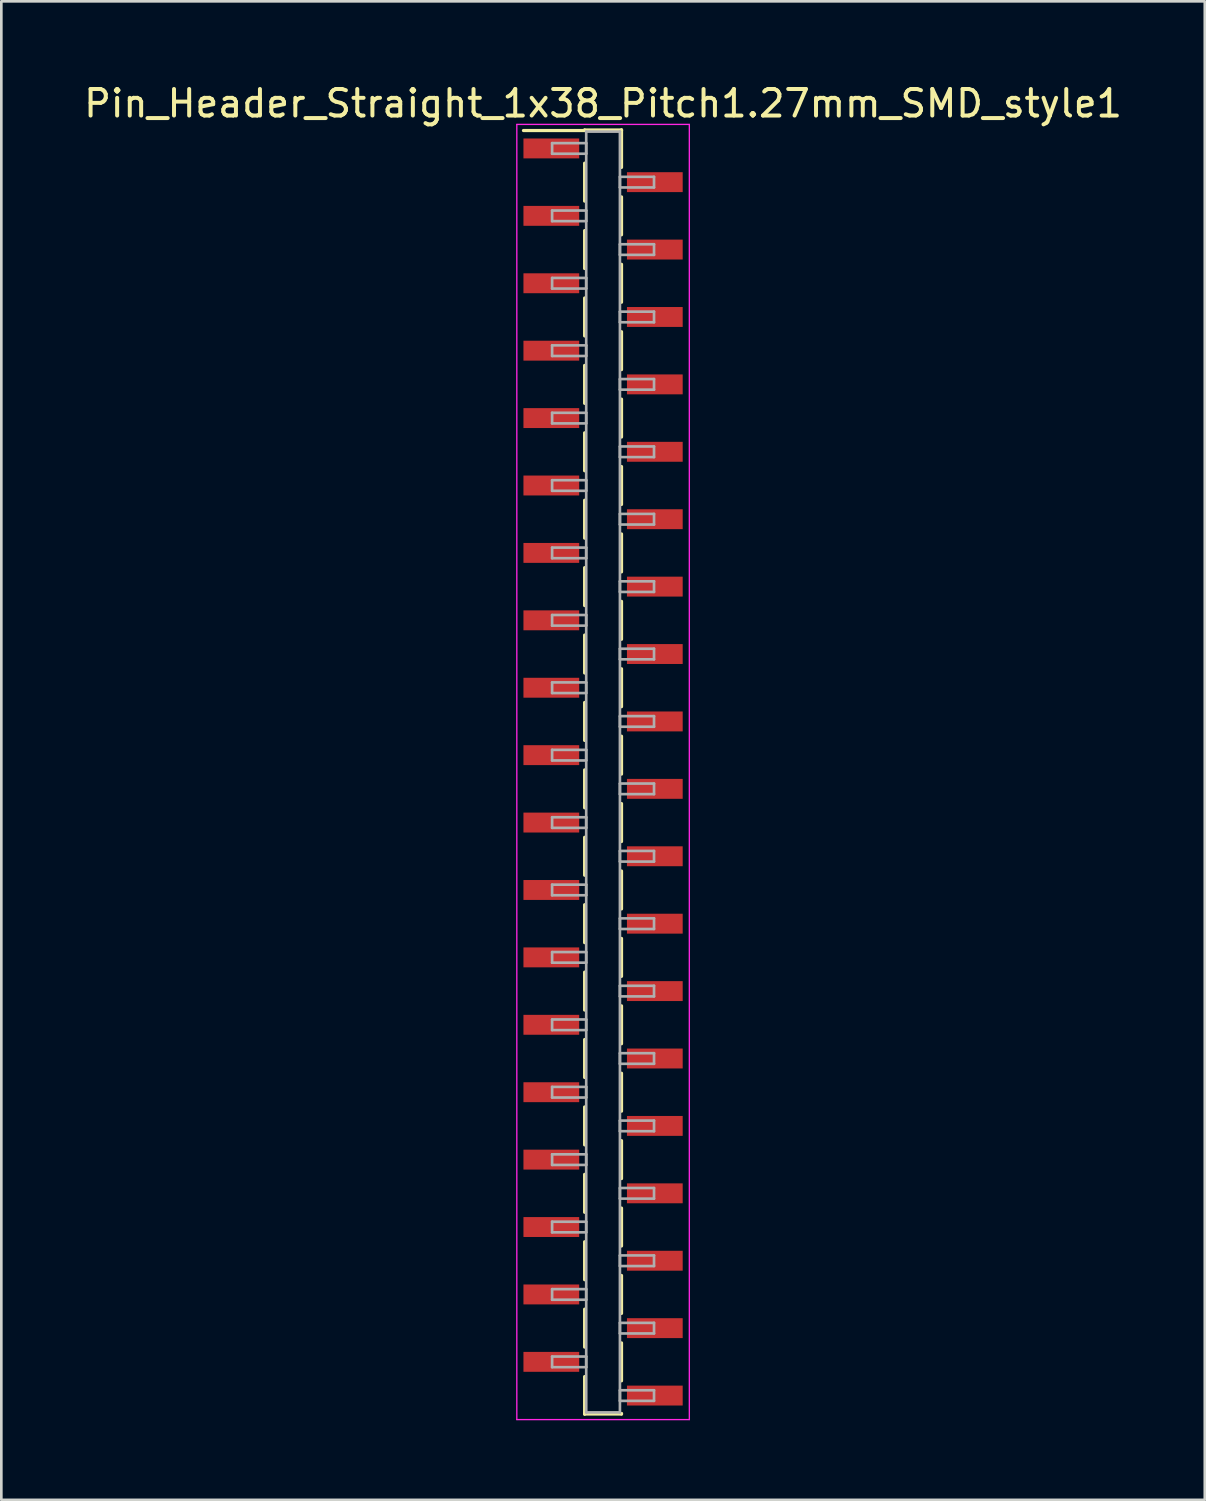
<source format=kicad_pcb>
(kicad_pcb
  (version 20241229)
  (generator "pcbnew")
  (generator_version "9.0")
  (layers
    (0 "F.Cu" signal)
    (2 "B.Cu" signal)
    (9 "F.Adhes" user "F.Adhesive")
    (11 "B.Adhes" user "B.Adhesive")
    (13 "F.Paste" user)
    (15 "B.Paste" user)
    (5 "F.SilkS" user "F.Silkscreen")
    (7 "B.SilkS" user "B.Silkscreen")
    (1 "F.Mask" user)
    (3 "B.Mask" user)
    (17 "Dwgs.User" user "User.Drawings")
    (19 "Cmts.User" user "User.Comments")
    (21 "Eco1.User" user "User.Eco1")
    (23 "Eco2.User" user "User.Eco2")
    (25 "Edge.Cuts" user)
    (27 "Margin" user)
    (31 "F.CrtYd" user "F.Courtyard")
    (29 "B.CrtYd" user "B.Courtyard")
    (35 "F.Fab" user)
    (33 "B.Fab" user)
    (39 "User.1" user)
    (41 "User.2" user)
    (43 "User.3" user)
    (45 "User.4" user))
  (footprint "Pin_Header_Straight_1x38_Pitch1.27mm_SMD_style1"
    (layer "F.Cu")
    (at 19.673 26.038)
    (property "Reference" "Pin_Header_Straight_1x38_Pitch1.27mm_SMD_style1" (at 0 -25.19 0) (layer "F.SilkS") (effects (font (size 1 1) (thickness 0.15))))
    (attr smd)
    (fp_line (start -0.695 -24.19) (end 0.695 -24.19) (stroke (width 0.12) (type solid)) (layer "F.SilkS"))
    (fp_line (start -0.695 -24.17) (end -3 -24.17) (stroke (width 0.12) (type solid)) (layer "F.SilkS"))
    (fp_line (start -0.695 -24.17) (end -0.695 -24.19) (stroke (width 0.12) (type solid)) (layer "F.SilkS"))
    (fp_line (start -0.695 -22.94) (end -0.695 -21.51) (stroke (width 0.12) (type solid)) (layer "F.SilkS"))
    (fp_line (start -0.695 -20.4) (end -0.695 -18.97) (stroke (width 0.12) (type solid)) (layer "F.SilkS"))
    (fp_line (start -0.695 -17.86) (end -0.695 -16.43) (stroke (width 0.12) (type solid)) (layer "F.SilkS"))
    (fp_line (start -0.695 -15.32) (end -0.695 -13.89) (stroke (width 0.12) (type solid)) (layer "F.SilkS"))
    (fp_line (start -0.695 -12.78) (end -0.695 -11.35) (stroke (width 0.12) (type solid)) (layer "F.SilkS"))
    (fp_line (start -0.695 -10.24) (end -0.695 -8.81) (stroke (width 0.12) (type solid)) (layer "F.SilkS"))
    (fp_line (start -0.695 -7.7) (end -0.695 -6.27) (stroke (width 0.12) (type solid)) (layer "F.SilkS"))
    (fp_line (start -0.695 -5.16) (end -0.695 -3.73) (stroke (width 0.12) (type solid)) (layer "F.SilkS"))
    (fp_line (start -0.695 -2.62) (end -0.695 -1.19) (stroke (width 0.12) (type solid)) (layer "F.SilkS"))
    (fp_line (start -0.695 -0.08) (end -0.695 1.35) (stroke (width 0.12) (type solid)) (layer "F.SilkS"))
    (fp_line (start -0.695 2.46) (end -0.695 3.89) (stroke (width 0.12) (type solid)) (layer "F.SilkS"))
    (fp_line (start -0.695 5) (end -0.695 6.43) (stroke (width 0.12) (type solid)) (layer "F.SilkS"))
    (fp_line (start -0.695 7.54) (end -0.695 8.97) (stroke (width 0.12) (type solid)) (layer "F.SilkS"))
    (fp_line (start -0.695 10.08) (end -0.695 11.51) (stroke (width 0.12) (type solid)) (layer "F.SilkS"))
    (fp_line (start -0.695 12.62) (end -0.695 14.05) (stroke (width 0.12) (type solid)) (layer "F.SilkS"))
    (fp_line (start -0.695 15.16) (end -0.695 16.59) (stroke (width 0.12) (type solid)) (layer "F.SilkS"))
    (fp_line (start -0.695 17.7) (end -0.695 19.13) (stroke (width 0.12) (type solid)) (layer "F.SilkS"))
    (fp_line (start -0.695 20.24) (end -0.695 21.67) (stroke (width 0.12) (type solid)) (layer "F.SilkS"))
    (fp_line (start -0.695 22.78) (end -0.695 24.19) (stroke (width 0.12) (type solid)) (layer "F.SilkS"))
    (fp_line (start -0.695 24.17) (end -0.695 24.19) (stroke (width 0.12) (type solid)) (layer "F.SilkS"))
    (fp_line (start -0.695 24.19) (end 0.695 24.19) (stroke (width 0.12) (type solid)) (layer "F.SilkS"))
    (fp_line (start 0.695 -24.19) (end 0.695 -24.17) (stroke (width 0.12) (type solid)) (layer "F.SilkS"))
    (fp_line (start 0.695 -24.19) (end 0.695 -22.78) (stroke (width 0.12) (type solid)) (layer "F.SilkS"))
    (fp_line (start 0.695 -21.67) (end 0.695 -20.24) (stroke (width 0.12) (type solid)) (layer "F.SilkS"))
    (fp_line (start 0.695 -19.13) (end 0.695 -17.7) (stroke (width 0.12) (type solid)) (layer "F.SilkS"))
    (fp_line (start 0.695 -16.59) (end 0.695 -15.16) (stroke (width 0.12) (type solid)) (layer "F.SilkS"))
    (fp_line (start 0.695 -14.05) (end 0.695 -12.62) (stroke (width 0.12) (type solid)) (layer "F.SilkS"))
    (fp_line (start 0.695 -11.51) (end 0.695 -10.08) (stroke (width 0.12) (type solid)) (layer "F.SilkS"))
    (fp_line (start 0.695 -8.97) (end 0.695 -7.54) (stroke (width 0.12) (type solid)) (layer "F.SilkS"))
    (fp_line (start 0.695 -6.43) (end 0.695 -5) (stroke (width 0.12) (type solid)) (layer "F.SilkS"))
    (fp_line (start 0.695 -3.89) (end 0.695 -2.46) (stroke (width 0.12) (type solid)) (layer "F.SilkS"))
    (fp_line (start 0.695 -1.35) (end 0.695 0.08) (stroke (width 0.12) (type solid)) (layer "F.SilkS"))
    (fp_line (start 0.695 1.19) (end 0.695 2.62) (stroke (width 0.12) (type solid)) (layer "F.SilkS"))
    (fp_line (start 0.695 3.73) (end 0.695 5.16) (stroke (width 0.12) (type solid)) (layer "F.SilkS"))
    (fp_line (start 0.695 6.27) (end 0.695 7.7) (stroke (width 0.12) (type solid)) (layer "F.SilkS"))
    (fp_line (start 0.695 8.81) (end 0.695 10.24) (stroke (width 0.12) (type solid)) (layer "F.SilkS"))
    (fp_line (start 0.695 11.35) (end 0.695 12.78) (stroke (width 0.12) (type solid)) (layer "F.SilkS"))
    (fp_line (start 0.695 13.89) (end 0.695 15.32) (stroke (width 0.12) (type solid)) (layer "F.SilkS"))
    (fp_line (start 0.695 16.43) (end 0.695 17.86) (stroke (width 0.12) (type solid)) (layer "F.SilkS"))
    (fp_line (start 0.695 18.97) (end 0.695 20.4) (stroke (width 0.12) (type solid)) (layer "F.SilkS"))
    (fp_line (start 0.695 21.51) (end 0.695 22.94) (stroke (width 0.12) (type solid)) (layer "F.SilkS"))
    (fp_line (start 0.695 24.19) (end 0.695 24.17) (stroke (width 0.12) (type solid)) (layer "F.SilkS"))
    (fp_line (start -3.25 -24.4) (end -3.25 24.4) (stroke (width 0.05) (type solid)) (layer "F.CrtYd"))
    (fp_line (start -3.25 24.4) (end 3.25 24.4) (stroke (width 0.05) (type solid)) (layer "F.CrtYd"))
    (fp_line (start 3.25 -24.4) (end -3.25 -24.4) (stroke (width 0.05) (type solid)) (layer "F.CrtYd"))
    (fp_line (start 3.25 24.4) (end 3.25 -24.4) (stroke (width 0.05) (type solid)) (layer "F.CrtYd"))
    (fp_line (start -1.92 -23.695) (end -0.635 -23.695) (stroke (width 0.1) (type solid)) (layer "F.Fab"))
    (fp_line (start -1.92 -23.295) (end -1.92 -23.695) (stroke (width 0.1) (type solid)) (layer "F.Fab"))
    (fp_line (start -1.92 -21.155) (end -0.635 -21.155) (stroke (width 0.1) (type solid)) (layer "F.Fab"))
    (fp_line (start -1.92 -20.755) (end -1.92 -21.155) (stroke (width 0.1) (type solid)) (layer "F.Fab"))
    (fp_line (start -1.92 -18.615) (end -0.635 -18.615) (stroke (width 0.1) (type solid)) (layer "F.Fab"))
    (fp_line (start -1.92 -18.215) (end -1.92 -18.615) (stroke (width 0.1) (type solid)) (layer "F.Fab"))
    (fp_line (start -1.92 -16.075) (end -0.635 -16.075) (stroke (width 0.1) (type solid)) (layer "F.Fab"))
    (fp_line (start -1.92 -15.675) (end -1.92 -16.075) (stroke (width 0.1) (type solid)) (layer "F.Fab"))
    (fp_line (start -1.92 -13.535) (end -0.635 -13.535) (stroke (width 0.1) (type solid)) (layer "F.Fab"))
    (fp_line (start -1.92 -13.135) (end -1.92 -13.535) (stroke (width 0.1) (type solid)) (layer "F.Fab"))
    (fp_line (start -1.92 -10.995) (end -0.635 -10.995) (stroke (width 0.1) (type solid)) (layer "F.Fab"))
    (fp_line (start -1.92 -10.595) (end -1.92 -10.995) (stroke (width 0.1) (type solid)) (layer "F.Fab"))
    (fp_line (start -1.92 -8.455) (end -0.635 -8.455) (stroke (width 0.1) (type solid)) (layer "F.Fab"))
    (fp_line (start -1.92 -8.055) (end -1.92 -8.455) (stroke (width 0.1) (type solid)) (layer "F.Fab"))
    (fp_line (start -1.92 -5.915) (end -0.635 -5.915) (stroke (width 0.1) (type solid)) (layer "F.Fab"))
    (fp_line (start -1.92 -5.515) (end -1.92 -5.915) (stroke (width 0.1) (type solid)) (layer "F.Fab"))
    (fp_line (start -1.92 -3.375) (end -0.635 -3.375) (stroke (width 0.1) (type solid)) (layer "F.Fab"))
    (fp_line (start -1.92 -2.975) (end -1.92 -3.375) (stroke (width 0.1) (type solid)) (layer "F.Fab"))
    (fp_line (start -1.92 -0.835) (end -0.635 -0.835) (stroke (width 0.1) (type solid)) (layer "F.Fab"))
    (fp_line (start -1.92 -0.435) (end -1.92 -0.835) (stroke (width 0.1) (type solid)) (layer "F.Fab"))
    (fp_line (start -1.92 1.705) (end -0.635 1.705) (stroke (width 0.1) (type solid)) (layer "F.Fab"))
    (fp_line (start -1.92 2.105) (end -1.92 1.705) (stroke (width 0.1) (type solid)) (layer "F.Fab"))
    (fp_line (start -1.92 4.245) (end -0.635 4.245) (stroke (width 0.1) (type solid)) (layer "F.Fab"))
    (fp_line (start -1.92 4.645) (end -1.92 4.245) (stroke (width 0.1) (type solid)) (layer "F.Fab"))
    (fp_line (start -1.92 6.785) (end -0.635 6.785) (stroke (width 0.1) (type solid)) (layer "F.Fab"))
    (fp_line (start -1.92 7.185) (end -1.92 6.785) (stroke (width 0.1) (type solid)) (layer "F.Fab"))
    (fp_line (start -1.92 9.325) (end -0.635 9.325) (stroke (width 0.1) (type solid)) (layer "F.Fab"))
    (fp_line (start -1.92 9.725) (end -1.92 9.325) (stroke (width 0.1) (type solid)) (layer "F.Fab"))
    (fp_line (start -1.92 11.865) (end -0.635 11.865) (stroke (width 0.1) (type solid)) (layer "F.Fab"))
    (fp_line (start -1.92 12.265) (end -1.92 11.865) (stroke (width 0.1) (type solid)) (layer "F.Fab"))
    (fp_line (start -1.92 14.405) (end -0.635 14.405) (stroke (width 0.1) (type solid)) (layer "F.Fab"))
    (fp_line (start -1.92 14.805) (end -1.92 14.405) (stroke (width 0.1) (type solid)) (layer "F.Fab"))
    (fp_line (start -1.92 16.945) (end -0.635 16.945) (stroke (width 0.1) (type solid)) (layer "F.Fab"))
    (fp_line (start -1.92 17.345) (end -1.92 16.945) (stroke (width 0.1) (type solid)) (layer "F.Fab"))
    (fp_line (start -1.92 19.485) (end -0.635 19.485) (stroke (width 0.1) (type solid)) (layer "F.Fab"))
    (fp_line (start -1.92 19.885) (end -1.92 19.485) (stroke (width 0.1) (type solid)) (layer "F.Fab"))
    (fp_line (start -1.92 22.025) (end -0.635 22.025) (stroke (width 0.1) (type solid)) (layer "F.Fab"))
    (fp_line (start -1.92 22.425) (end -1.92 22.025) (stroke (width 0.1) (type solid)) (layer "F.Fab"))
    (fp_line (start -0.635 -24.13) (end -0.635 24.13) (stroke (width 0.1) (type solid)) (layer "F.Fab"))
    (fp_line (start -0.635 -23.695) (end -0.635 -23.295) (stroke (width 0.1) (type solid)) (layer "F.Fab"))
    (fp_line (start -0.635 -23.295) (end -1.92 -23.295) (stroke (width 0.1) (type solid)) (layer "F.Fab"))
    (fp_line (start -0.635 -21.155) (end -0.635 -20.755) (stroke (width 0.1) (type solid)) (layer "F.Fab"))
    (fp_line (start -0.635 -20.755) (end -1.92 -20.755) (stroke (width 0.1) (type solid)) (layer "F.Fab"))
    (fp_line (start -0.635 -18.615) (end -0.635 -18.215) (stroke (width 0.1) (type solid)) (layer "F.Fab"))
    (fp_line (start -0.635 -18.215) (end -1.92 -18.215) (stroke (width 0.1) (type solid)) (layer "F.Fab"))
    (fp_line (start -0.635 -16.075) (end -0.635 -15.675) (stroke (width 0.1) (type solid)) (layer "F.Fab"))
    (fp_line (start -0.635 -15.675) (end -1.92 -15.675) (stroke (width 0.1) (type solid)) (layer "F.Fab"))
    (fp_line (start -0.635 -13.535) (end -0.635 -13.135) (stroke (width 0.1) (type solid)) (layer "F.Fab"))
    (fp_line (start -0.635 -13.135) (end -1.92 -13.135) (stroke (width 0.1) (type solid)) (layer "F.Fab"))
    (fp_line (start -0.635 -10.995) (end -0.635 -10.595) (stroke (width 0.1) (type solid)) (layer "F.Fab"))
    (fp_line (start -0.635 -10.595) (end -1.92 -10.595) (stroke (width 0.1) (type solid)) (layer "F.Fab"))
    (fp_line (start -0.635 -8.455) (end -0.635 -8.055) (stroke (width 0.1) (type solid)) (layer "F.Fab"))
    (fp_line (start -0.635 -8.055) (end -1.92 -8.055) (stroke (width 0.1) (type solid)) (layer "F.Fab"))
    (fp_line (start -0.635 -5.915) (end -0.635 -5.515) (stroke (width 0.1) (type solid)) (layer "F.Fab"))
    (fp_line (start -0.635 -5.515) (end -1.92 -5.515) (stroke (width 0.1) (type solid)) (layer "F.Fab"))
    (fp_line (start -0.635 -3.375) (end -0.635 -2.975) (stroke (width 0.1) (type solid)) (layer "F.Fab"))
    (fp_line (start -0.635 -2.975) (end -1.92 -2.975) (stroke (width 0.1) (type solid)) (layer "F.Fab"))
    (fp_line (start -0.635 -0.835) (end -0.635 -0.435) (stroke (width 0.1) (type solid)) (layer "F.Fab"))
    (fp_line (start -0.635 -0.435) (end -1.92 -0.435) (stroke (width 0.1) (type solid)) (layer "F.Fab"))
    (fp_line (start -0.635 1.705) (end -0.635 2.105) (stroke (width 0.1) (type solid)) (layer "F.Fab"))
    (fp_line (start -0.635 2.105) (end -1.92 2.105) (stroke (width 0.1) (type solid)) (layer "F.Fab"))
    (fp_line (start -0.635 4.245) (end -0.635 4.645) (stroke (width 0.1) (type solid)) (layer "F.Fab"))
    (fp_line (start -0.635 4.645) (end -1.92 4.645) (stroke (width 0.1) (type solid)) (layer "F.Fab"))
    (fp_line (start -0.635 6.785) (end -0.635 7.185) (stroke (width 0.1) (type solid)) (layer "F.Fab"))
    (fp_line (start -0.635 7.185) (end -1.92 7.185) (stroke (width 0.1) (type solid)) (layer "F.Fab"))
    (fp_line (start -0.635 9.325) (end -0.635 9.725) (stroke (width 0.1) (type solid)) (layer "F.Fab"))
    (fp_line (start -0.635 9.725) (end -1.92 9.725) (stroke (width 0.1) (type solid)) (layer "F.Fab"))
    (fp_line (start -0.635 11.865) (end -0.635 12.265) (stroke (width 0.1) (type solid)) (layer "F.Fab"))
    (fp_line (start -0.635 12.265) (end -1.92 12.265) (stroke (width 0.1) (type solid)) (layer "F.Fab"))
    (fp_line (start -0.635 14.405) (end -0.635 14.805) (stroke (width 0.1) (type solid)) (layer "F.Fab"))
    (fp_line (start -0.635 14.805) (end -1.92 14.805) (stroke (width 0.1) (type solid)) (layer "F.Fab"))
    (fp_line (start -0.635 16.945) (end -0.635 17.345) (stroke (width 0.1) (type solid)) (layer "F.Fab"))
    (fp_line (start -0.635 17.345) (end -1.92 17.345) (stroke (width 0.1) (type solid)) (layer "F.Fab"))
    (fp_line (start -0.635 19.485) (end -0.635 19.885) (stroke (width 0.1) (type solid)) (layer "F.Fab"))
    (fp_line (start -0.635 19.885) (end -1.92 19.885) (stroke (width 0.1) (type solid)) (layer "F.Fab"))
    (fp_line (start -0.635 22.025) (end -0.635 22.425) (stroke (width 0.1) (type solid)) (layer "F.Fab"))
    (fp_line (start -0.635 22.425) (end -1.92 22.425) (stroke (width 0.1) (type solid)) (layer "F.Fab"))
    (fp_line (start -0.635 24.13) (end 0.635 24.13) (stroke (width 0.1) (type solid)) (layer "F.Fab"))
    (fp_line (start 0.635 -24.13) (end -0.635 -24.13) (stroke (width 0.1) (type solid)) (layer "F.Fab"))
    (fp_line (start 0.635 -22.425) (end 0.635 -22.025) (stroke (width 0.1) (type solid)) (layer "F.Fab"))
    (fp_line (start 0.635 -22.025) (end 1.92 -22.025) (stroke (width 0.1) (type solid)) (layer "F.Fab"))
    (fp_line (start 0.635 -19.885) (end 0.635 -19.485) (stroke (width 0.1) (type solid)) (layer "F.Fab"))
    (fp_line (start 0.635 -19.485) (end 1.92 -19.485) (stroke (width 0.1) (type solid)) (layer "F.Fab"))
    (fp_line (start 0.635 -17.345) (end 0.635 -16.945) (stroke (width 0.1) (type solid)) (layer "F.Fab"))
    (fp_line (start 0.635 -16.945) (end 1.92 -16.945) (stroke (width 0.1) (type solid)) (layer "F.Fab"))
    (fp_line (start 0.635 -14.805) (end 0.635 -14.405) (stroke (width 0.1) (type solid)) (layer "F.Fab"))
    (fp_line (start 0.635 -14.405) (end 1.92 -14.405) (stroke (width 0.1) (type solid)) (layer "F.Fab"))
    (fp_line (start 0.635 -12.265) (end 0.635 -11.865) (stroke (width 0.1) (type solid)) (layer "F.Fab"))
    (fp_line (start 0.635 -11.865) (end 1.92 -11.865) (stroke (width 0.1) (type solid)) (layer "F.Fab"))
    (fp_line (start 0.635 -9.725) (end 0.635 -9.325) (stroke (width 0.1) (type solid)) (layer "F.Fab"))
    (fp_line (start 0.635 -9.325) (end 1.92 -9.325) (stroke (width 0.1) (type solid)) (layer "F.Fab"))
    (fp_line (start 0.635 -7.185) (end 0.635 -6.785) (stroke (width 0.1) (type solid)) (layer "F.Fab"))
    (fp_line (start 0.635 -6.785) (end 1.92 -6.785) (stroke (width 0.1) (type solid)) (layer "F.Fab"))
    (fp_line (start 0.635 -4.645) (end 0.635 -4.245) (stroke (width 0.1) (type solid)) (layer "F.Fab"))
    (fp_line (start 0.635 -4.245) (end 1.92 -4.245) (stroke (width 0.1) (type solid)) (layer "F.Fab"))
    (fp_line (start 0.635 -2.105) (end 0.635 -1.705) (stroke (width 0.1) (type solid)) (layer "F.Fab"))
    (fp_line (start 0.635 -1.705) (end 1.92 -1.705) (stroke (width 0.1) (type solid)) (layer "F.Fab"))
    (fp_line (start 0.635 0.435) (end 0.635 0.835) (stroke (width 0.1) (type solid)) (layer "F.Fab"))
    (fp_line (start 0.635 0.835) (end 1.92 0.835) (stroke (width 0.1) (type solid)) (layer "F.Fab"))
    (fp_line (start 0.635 2.975) (end 0.635 3.375) (stroke (width 0.1) (type solid)) (layer "F.Fab"))
    (fp_line (start 0.635 3.375) (end 1.92 3.375) (stroke (width 0.1) (type solid)) (layer "F.Fab"))
    (fp_line (start 0.635 5.515) (end 0.635 5.915) (stroke (width 0.1) (type solid)) (layer "F.Fab"))
    (fp_line (start 0.635 5.915) (end 1.92 5.915) (stroke (width 0.1) (type solid)) (layer "F.Fab"))
    (fp_line (start 0.635 8.055) (end 0.635 8.455) (stroke (width 0.1) (type solid)) (layer "F.Fab"))
    (fp_line (start 0.635 8.455) (end 1.92 8.455) (stroke (width 0.1) (type solid)) (layer "F.Fab"))
    (fp_line (start 0.635 10.595) (end 0.635 10.995) (stroke (width 0.1) (type solid)) (layer "F.Fab"))
    (fp_line (start 0.635 10.995) (end 1.92 10.995) (stroke (width 0.1) (type solid)) (layer "F.Fab"))
    (fp_line (start 0.635 13.135) (end 0.635 13.535) (stroke (width 0.1) (type solid)) (layer "F.Fab"))
    (fp_line (start 0.635 13.535) (end 1.92 13.535) (stroke (width 0.1) (type solid)) (layer "F.Fab"))
    (fp_line (start 0.635 15.675) (end 0.635 16.075) (stroke (width 0.1) (type solid)) (layer "F.Fab"))
    (fp_line (start 0.635 16.075) (end 1.92 16.075) (stroke (width 0.1) (type solid)) (layer "F.Fab"))
    (fp_line (start 0.635 18.215) (end 0.635 18.615) (stroke (width 0.1) (type solid)) (layer "F.Fab"))
    (fp_line (start 0.635 18.615) (end 1.92 18.615) (stroke (width 0.1) (type solid)) (layer "F.Fab"))
    (fp_line (start 0.635 20.755) (end 0.635 21.155) (stroke (width 0.1) (type solid)) (layer "F.Fab"))
    (fp_line (start 0.635 21.155) (end 1.92 21.155) (stroke (width 0.1) (type solid)) (layer "F.Fab"))
    (fp_line (start 0.635 23.295) (end 0.635 23.695) (stroke (width 0.1) (type solid)) (layer "F.Fab"))
    (fp_line (start 0.635 23.695) (end 1.92 23.695) (stroke (width 0.1) (type solid)) (layer "F.Fab"))
    (fp_line (start 0.635 24.13) (end 0.635 -24.13) (stroke (width 0.1) (type solid)) (layer "F.Fab"))
    (fp_line (start 1.92 -22.425) (end 0.635 -22.425) (stroke (width 0.1) (type solid)) (layer "F.Fab"))
    (fp_line (start 1.92 -22.025) (end 1.92 -22.425) (stroke (width 0.1) (type solid)) (layer "F.Fab"))
    (fp_line (start 1.92 -19.885) (end 0.635 -19.885) (stroke (width 0.1) (type solid)) (layer "F.Fab"))
    (fp_line (start 1.92 -19.485) (end 1.92 -19.885) (stroke (width 0.1) (type solid)) (layer "F.Fab"))
    (fp_line (start 1.92 -17.345) (end 0.635 -17.345) (stroke (width 0.1) (type solid)) (layer "F.Fab"))
    (fp_line (start 1.92 -16.945) (end 1.92 -17.345) (stroke (width 0.1) (type solid)) (layer "F.Fab"))
    (fp_line (start 1.92 -14.805) (end 0.635 -14.805) (stroke (width 0.1) (type solid)) (layer "F.Fab"))
    (fp_line (start 1.92 -14.405) (end 1.92 -14.805) (stroke (width 0.1) (type solid)) (layer "F.Fab"))
    (fp_line (start 1.92 -12.265) (end 0.635 -12.265) (stroke (width 0.1) (type solid)) (layer "F.Fab"))
    (fp_line (start 1.92 -11.865) (end 1.92 -12.265) (stroke (width 0.1) (type solid)) (layer "F.Fab"))
    (fp_line (start 1.92 -9.725) (end 0.635 -9.725) (stroke (width 0.1) (type solid)) (layer "F.Fab"))
    (fp_line (start 1.92 -9.325) (end 1.92 -9.725) (stroke (width 0.1) (type solid)) (layer "F.Fab"))
    (fp_line (start 1.92 -7.185) (end 0.635 -7.185) (stroke (width 0.1) (type solid)) (layer "F.Fab"))
    (fp_line (start 1.92 -6.785) (end 1.92 -7.185) (stroke (width 0.1) (type solid)) (layer "F.Fab"))
    (fp_line (start 1.92 -4.645) (end 0.635 -4.645) (stroke (width 0.1) (type solid)) (layer "F.Fab"))
    (fp_line (start 1.92 -4.245) (end 1.92 -4.645) (stroke (width 0.1) (type solid)) (layer "F.Fab"))
    (fp_line (start 1.92 -2.105) (end 0.635 -2.105) (stroke (width 0.1) (type solid)) (layer "F.Fab"))
    (fp_line (start 1.92 -1.705) (end 1.92 -2.105) (stroke (width 0.1) (type solid)) (layer "F.Fab"))
    (fp_line (start 1.92 0.435) (end 0.635 0.435) (stroke (width 0.1) (type solid)) (layer "F.Fab"))
    (fp_line (start 1.92 0.835) (end 1.92 0.435) (stroke (width 0.1) (type solid)) (layer "F.Fab"))
    (fp_line (start 1.92 2.975) (end 0.635 2.975) (stroke (width 0.1) (type solid)) (layer "F.Fab"))
    (fp_line (start 1.92 3.375) (end 1.92 2.975) (stroke (width 0.1) (type solid)) (layer "F.Fab"))
    (fp_line (start 1.92 5.515) (end 0.635 5.515) (stroke (width 0.1) (type solid)) (layer "F.Fab"))
    (fp_line (start 1.92 5.915) (end 1.92 5.515) (stroke (width 0.1) (type solid)) (layer "F.Fab"))
    (fp_line (start 1.92 8.055) (end 0.635 8.055) (stroke (width 0.1) (type solid)) (layer "F.Fab"))
    (fp_line (start 1.92 8.455) (end 1.92 8.055) (stroke (width 0.1) (type solid)) (layer "F.Fab"))
    (fp_line (start 1.92 10.595) (end 0.635 10.595) (stroke (width 0.1) (type solid)) (layer "F.Fab"))
    (fp_line (start 1.92 10.995) (end 1.92 10.595) (stroke (width 0.1) (type solid)) (layer "F.Fab"))
    (fp_line (start 1.92 13.135) (end 0.635 13.135) (stroke (width 0.1) (type solid)) (layer "F.Fab"))
    (fp_line (start 1.92 13.535) (end 1.92 13.135) (stroke (width 0.1) (type solid)) (layer "F.Fab"))
    (fp_line (start 1.92 15.675) (end 0.635 15.675) (stroke (width 0.1) (type solid)) (layer "F.Fab"))
    (fp_line (start 1.92 16.075) (end 1.92 15.675) (stroke (width 0.1) (type solid)) (layer "F.Fab"))
    (fp_line (start 1.92 18.215) (end 0.635 18.215) (stroke (width 0.1) (type solid)) (layer "F.Fab"))
    (fp_line (start 1.92 18.615) (end 1.92 18.215) (stroke (width 0.1) (type solid)) (layer "F.Fab"))
    (fp_line (start 1.92 20.755) (end 0.635 20.755) (stroke (width 0.1) (type solid)) (layer "F.Fab"))
    (fp_line (start 1.92 21.155) (end 1.92 20.755) (stroke (width 0.1) (type solid)) (layer "F.Fab"))
    (fp_line (start 1.92 23.295) (end 0.635 23.295) (stroke (width 0.1) (type solid)) (layer "F.Fab"))
    (fp_line (start 1.92 23.695) (end 1.92 23.295) (stroke (width 0.1) (type solid)) (layer "F.Fab"))
    (pad "1" smd rect (at -1.95 -23.495) (size 2.1 0.75) (layers "F.Cu" "F.Mask"))
    (pad "2" smd rect (at 1.95 -22.225) (size 2.1 0.75) (layers "F.Cu" "F.Mask"))
    (pad "3" smd rect (at -1.95 -20.955) (size 2.1 0.75) (layers "F.Cu" "F.Mask"))
    (pad "4" smd rect (at 1.95 -19.685) (size 2.1 0.75) (layers "F.Cu" "F.Mask"))
    (pad "5" smd rect (at -1.95 -18.415) (size 2.1 0.75) (layers "F.Cu" "F.Mask"))
    (pad "6" smd rect (at 1.95 -17.145) (size 2.1 0.75) (layers "F.Cu" "F.Mask"))
    (pad "7" smd rect (at -1.95 -15.875) (size 2.1 0.75) (layers "F.Cu" "F.Mask"))
    (pad "8" smd rect (at 1.95 -14.605) (size 2.1 0.75) (layers "F.Cu" "F.Mask"))
    (pad "9" smd rect (at -1.95 -13.335) (size 2.1 0.75) (layers "F.Cu" "F.Mask"))
    (pad "10" smd rect (at 1.95 -12.065) (size 2.1 0.75) (layers "F.Cu" "F.Mask"))
    (pad "11" smd rect (at -1.95 -10.795) (size 2.1 0.75) (layers "F.Cu" "F.Mask"))
    (pad "12" smd rect (at 1.95 -9.525) (size 2.1 0.75) (layers "F.Cu" "F.Mask"))
    (pad "13" smd rect (at -1.95 -8.255) (size 2.1 0.75) (layers "F.Cu" "F.Mask"))
    (pad "14" smd rect (at 1.95 -6.985) (size 2.1 0.75) (layers "F.Cu" "F.Mask"))
    (pad "15" smd rect (at -1.95 -5.715) (size 2.1 0.75) (layers "F.Cu" "F.Mask"))
    (pad "16" smd rect (at 1.95 -4.445) (size 2.1 0.75) (layers "F.Cu" "F.Mask"))
    (pad "17" smd rect (at -1.95 -3.175) (size 2.1 0.75) (layers "F.Cu" "F.Mask"))
    (pad "18" smd rect (at 1.95 -1.905) (size 2.1 0.75) (layers "F.Cu" "F.Mask"))
    (pad "19" smd rect (at -1.95 -0.635) (size 2.1 0.75) (layers "F.Cu" "F.Mask"))
    (pad "20" smd rect (at 1.95 0.635) (size 2.1 0.75) (layers "F.Cu" "F.Mask"))
    (pad "21" smd rect (at -1.95 1.905) (size 2.1 0.75) (layers "F.Cu" "F.Mask"))
    (pad "22" smd rect (at 1.95 3.175) (size 2.1 0.75) (layers "F.Cu" "F.Mask"))
    (pad "23" smd rect (at -1.95 4.445) (size 2.1 0.75) (layers "F.Cu" "F.Mask"))
    (pad "24" smd rect (at 1.95 5.715) (size 2.1 0.75) (layers "F.Cu" "F.Mask"))
    (pad "25" smd rect (at -1.95 6.985) (size 2.1 0.75) (layers "F.Cu" "F.Mask"))
    (pad "26" smd rect (at 1.95 8.255) (size 2.1 0.75) (layers "F.Cu" "F.Mask"))
    (pad "27" smd rect (at -1.95 9.525) (size 2.1 0.75) (layers "F.Cu" "F.Mask"))
    (pad "28" smd rect (at 1.95 10.795) (size 2.1 0.75) (layers "F.Cu" "F.Mask"))
    (pad "29" smd rect (at -1.95 12.065) (size 2.1 0.75) (layers "F.Cu" "F.Mask"))
    (pad "30" smd rect (at 1.95 13.335) (size 2.1 0.75) (layers "F.Cu" "F.Mask"))
    (pad "31" smd rect (at -1.95 14.605) (size 2.1 0.75) (layers "F.Cu" "F.Mask"))
    (pad "32" smd rect (at 1.95 15.875) (size 2.1 0.75) (layers "F.Cu" "F.Mask"))
    (pad "33" smd rect (at -1.95 17.145) (size 2.1 0.75) (layers "F.Cu" "F.Mask"))
    (pad "34" smd rect (at 1.95 18.415) (size 2.1 0.75) (layers "F.Cu" "F.Mask"))
    (pad "35" smd rect (at -1.95 19.685) (size 2.1 0.75) (layers "F.Cu" "F.Mask"))
    (pad "36" smd rect (at 1.95 20.955) (size 2.1 0.75) (layers "F.Cu" "F.Mask"))
    (pad "37" smd rect (at -1.95 22.225) (size 2.1 0.75) (layers "F.Cu" "F.Mask"))
    (pad "38" smd rect (at 1.95 23.495) (size 2.1 0.75) (layers "F.Cu" "F.Mask")))
  (gr_rect
    (start -3 -3)
    (end 42.345 53.463)
    (stroke (width 0.1) (type default))
    (fill no)
    (layer "Edge.Cuts")))
</source>
